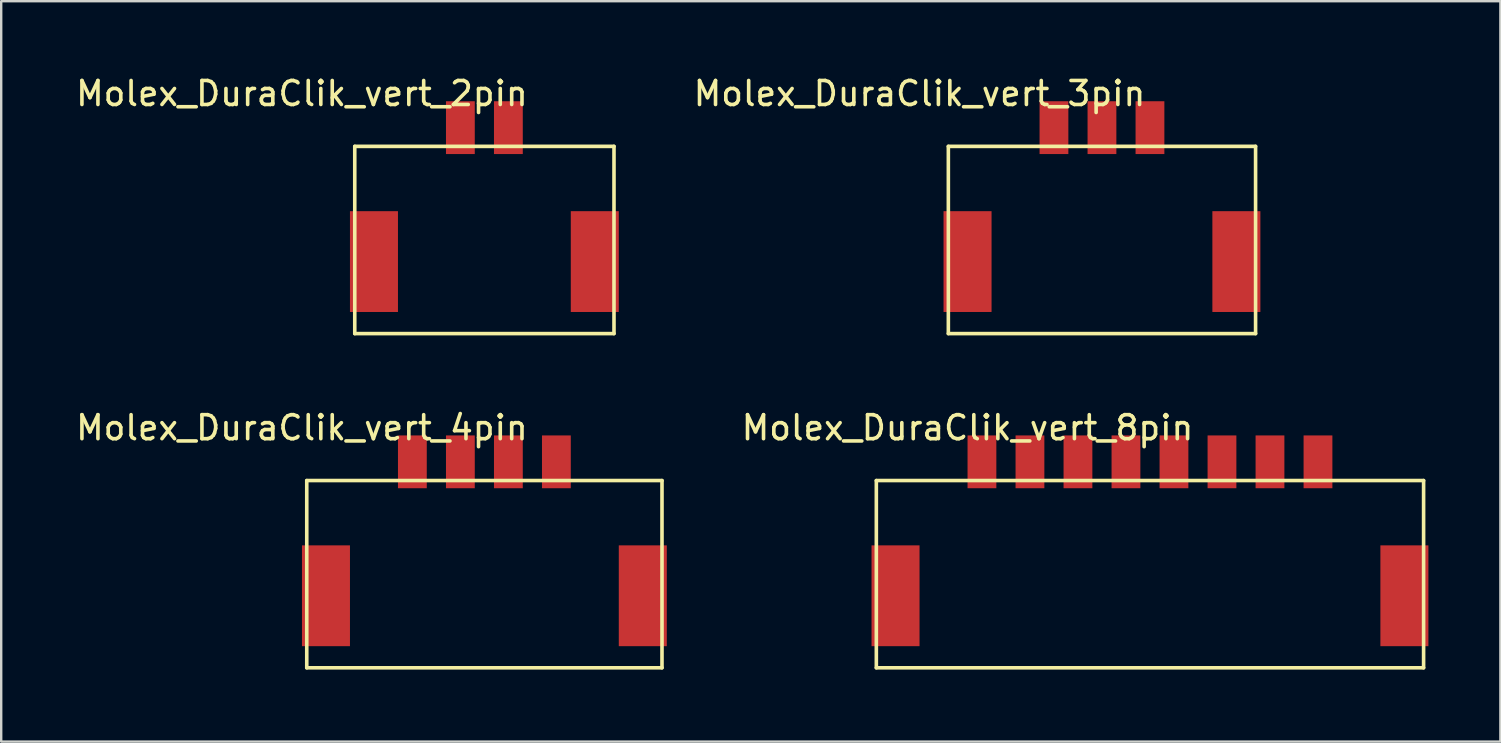
<source format=kicad_pcb>
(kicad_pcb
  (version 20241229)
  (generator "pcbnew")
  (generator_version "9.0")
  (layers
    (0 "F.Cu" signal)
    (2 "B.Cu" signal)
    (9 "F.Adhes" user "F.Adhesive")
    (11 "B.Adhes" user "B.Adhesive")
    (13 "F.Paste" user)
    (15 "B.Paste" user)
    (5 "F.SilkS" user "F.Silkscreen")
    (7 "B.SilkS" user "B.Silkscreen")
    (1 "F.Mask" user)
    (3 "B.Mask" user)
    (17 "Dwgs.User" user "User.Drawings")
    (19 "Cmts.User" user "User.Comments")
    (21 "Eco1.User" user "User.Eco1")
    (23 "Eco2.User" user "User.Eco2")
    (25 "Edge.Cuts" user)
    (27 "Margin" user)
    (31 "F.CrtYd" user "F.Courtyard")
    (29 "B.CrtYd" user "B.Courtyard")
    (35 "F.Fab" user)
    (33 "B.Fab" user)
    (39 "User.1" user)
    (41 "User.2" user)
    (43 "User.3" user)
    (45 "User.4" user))
  (footprint "Molex_DuraClik_vert_3pin"
    (layer "F.Cu")
    (at 42.86 7.848)
    (property "Reference" "Molex_DuraClik_vert_3pin" (at -7.6 -7 0) (layer "F.SilkS") (effects (font (size 1 1) (thickness 0.15))))
    (attr through_hole)
    (fp_line (start -6.4 -4.8) (end -6.4 3) (stroke (width 0.15) (type solid)) (layer "F.SilkS"))
    (fp_line (start -6.4 3) (end 6.4 3) (stroke (width 0.15) (type solid)) (layer "F.SilkS"))
    (fp_line (start 6.4 -4.8) (end -6.4 -4.8) (stroke (width 0.15) (type solid)) (layer "F.SilkS"))
    (fp_line (start 6.4 3) (end 6.4 -4.8) (stroke (width 0.15) (type solid)) (layer "F.SilkS"))
    (pad "" smd rect (at -5.6 0) (size 2 4.2) (layers "F.Cu" "F.Mask" "F.Paste"))
    (pad "" smd rect (at 5.6 0) (size 2 4.2) (layers "F.Cu" "F.Mask" "F.Paste"))
    (pad "1" smd rect (at 2 -5.58) (size 1.2 2.2) (layers "F.Cu" "F.Mask" "F.Paste"))
    (pad "2" smd rect (at 0 -5.58) (size 1.2 2.2) (layers "F.Cu" "F.Mask" "F.Paste"))
    (pad "3" smd rect (at -2 -5.58) (size 1.2 2.2) (layers "F.Cu" "F.Mask" "F.Paste")))
  (footprint "Molex_DuraClik_vert_2pin"
    (layer "F.Cu")
    (at 17.13 7.848)
    (property "Reference" "Molex_DuraClik_vert_2pin" (at -7.6 -7 0) (layer "F.SilkS") (effects (font (size 1 1) (thickness 0.15))))
    (attr through_hole)
    (fp_line (start -5.4 -4.8) (end -5.4 3) (stroke (width 0.15) (type solid)) (layer "F.SilkS"))
    (fp_line (start -5.4 3) (end 5.4 3) (stroke (width 0.15) (type solid)) (layer "F.SilkS"))
    (fp_line (start 5.4 -4.8) (end -5.4 -4.8) (stroke (width 0.15) (type solid)) (layer "F.SilkS"))
    (fp_line (start 5.4 3) (end 5.4 -4.8) (stroke (width 0.15) (type solid)) (layer "F.SilkS"))
    (pad "" smd rect (at -4.6 0) (size 2 4.2) (layers "F.Cu" "F.Mask" "F.Paste"))
    (pad "" smd rect (at 4.6 0) (size 2 4.2) (layers "F.Cu" "F.Mask" "F.Paste"))
    (pad "1" smd rect (at 1 -5.58) (size 1.2 2.2) (layers "F.Cu" "F.Mask" "F.Paste"))
    (pad "2" smd rect (at -1 -5.58) (size 1.2 2.2) (layers "F.Cu" "F.Mask" "F.Paste")))
  (footprint "Molex_DuraClik_vert_8pin"
    (layer "F.Cu")
    (at 44.86 21.771)
    (property "Reference" "Molex_DuraClik_vert_8pin" (at -7.6 -7 0) (layer "F.SilkS") (effects (font (size 1 1) (thickness 0.15))))
    (attr through_hole)
    (fp_line (start -11.4 -4.8) (end -11.4 3) (stroke (width 0.15) (type solid)) (layer "F.SilkS"))
    (fp_line (start -11.4 3) (end 11.4 3) (stroke (width 0.15) (type solid)) (layer "F.SilkS"))
    (fp_line (start 11.4 -4.8) (end -11.4 -4.8) (stroke (width 0.15) (type solid)) (layer "F.SilkS"))
    (fp_line (start 11.4 3) (end 11.4 -4.8) (stroke (width 0.15) (type solid)) (layer "F.SilkS"))
    (pad "" smd rect (at -10.6 0) (size 2 4.2) (layers "F.Cu" "F.Mask" "F.Paste"))
    (pad "" smd rect (at 10.6 0) (size 2 4.2) (layers "F.Cu" "F.Mask" "F.Paste"))
    (pad "1" smd rect (at 7 -5.58) (size 1.2 2.2) (layers "F.Cu" "F.Mask" "F.Paste"))
    (pad "2" smd rect (at 5 -5.58) (size 1.2 2.2) (layers "F.Cu" "F.Mask" "F.Paste"))
    (pad "3" smd rect (at 3 -5.58) (size 1.2 2.2) (layers "F.Cu" "F.Mask" "F.Paste"))
    (pad "4" smd rect (at 1 -5.58) (size 1.2 2.2) (layers "F.Cu" "F.Mask" "F.Paste"))
    (pad "5" smd rect (at -1 -5.58) (size 1.2 2.2) (layers "F.Cu" "F.Mask" "F.Paste"))
    (pad "6" smd rect (at -3 -5.58) (size 1.2 2.2) (layers "F.Cu" "F.Mask" "F.Paste"))
    (pad "7" smd rect (at -5 -5.58) (size 1.2 2.2) (layers "F.Cu" "F.Mask" "F.Paste"))
    (pad "8" smd rect (at -7 -5.58) (size 1.2 2.2) (layers "F.Cu" "F.Mask" "F.Paste")))
  (footprint "Molex_DuraClik_vert_4pin"
    (layer "F.Cu")
    (at 17.13 21.771)
    (property "Reference" "Molex_DuraClik_vert_4pin" (at -7.6 -7 0) (layer "F.SilkS") (effects (font (size 1 1) (thickness 0.15))))
    (attr through_hole)
    (fp_line (start -7.4 -4.8) (end -7.4 3) (stroke (width 0.15) (type solid)) (layer "F.SilkS"))
    (fp_line (start -7.4 3) (end 7.4 3) (stroke (width 0.15) (type solid)) (layer "F.SilkS"))
    (fp_line (start 7.4 -4.8) (end -7.4 -4.8) (stroke (width 0.15) (type solid)) (layer "F.SilkS"))
    (fp_line (start 7.4 3) (end 7.4 -4.8) (stroke (width 0.15) (type solid)) (layer "F.SilkS"))
    (pad "" smd rect (at -6.6 0) (size 2 4.2) (layers "F.Cu" "F.Mask" "F.Paste"))
    (pad "" smd rect (at 6.6 0) (size 2 4.2) (layers "F.Cu" "F.Mask" "F.Paste"))
    (pad "1" smd rect (at 3 -5.58) (size 1.2 2.2) (layers "F.Cu" "F.Mask" "F.Paste"))
    (pad "2" smd rect (at 1 -5.58) (size 1.2 2.2) (layers "F.Cu" "F.Mask" "F.Paste"))
    (pad "3" smd rect (at -1 -5.58) (size 1.2 2.2) (layers "F.Cu" "F.Mask" "F.Paste"))
    (pad "4" smd rect (at -3 -5.58) (size 1.2 2.2) (layers "F.Cu" "F.Mask" "F.Paste")))
  (gr_rect
    (start -3 -3)
    (end 59.46 27.846)
    (stroke (width 0.1) (type default))
    (fill no)
    (layer "Edge.Cuts")))
</source>
